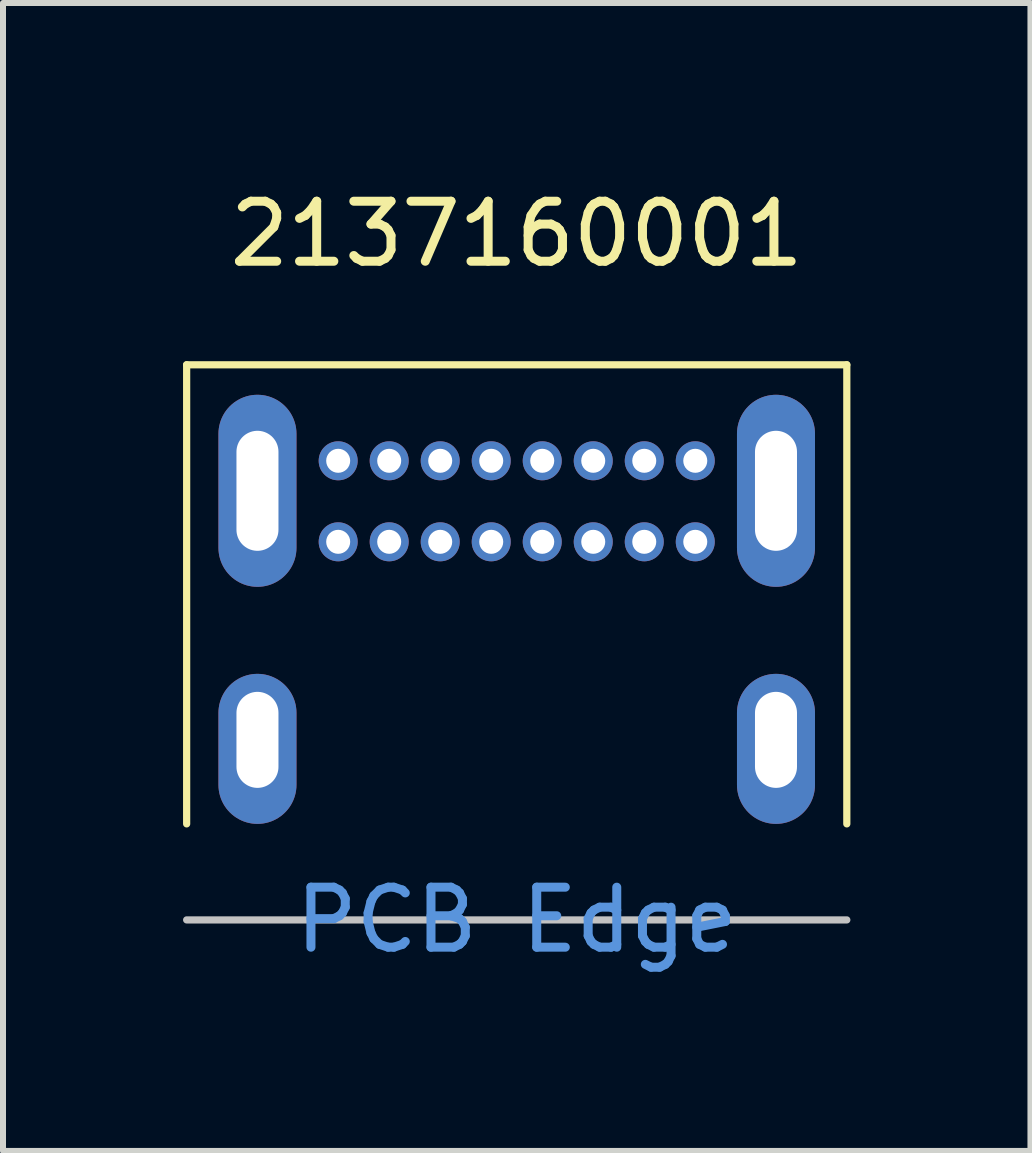
<source format=kicad_pcb>
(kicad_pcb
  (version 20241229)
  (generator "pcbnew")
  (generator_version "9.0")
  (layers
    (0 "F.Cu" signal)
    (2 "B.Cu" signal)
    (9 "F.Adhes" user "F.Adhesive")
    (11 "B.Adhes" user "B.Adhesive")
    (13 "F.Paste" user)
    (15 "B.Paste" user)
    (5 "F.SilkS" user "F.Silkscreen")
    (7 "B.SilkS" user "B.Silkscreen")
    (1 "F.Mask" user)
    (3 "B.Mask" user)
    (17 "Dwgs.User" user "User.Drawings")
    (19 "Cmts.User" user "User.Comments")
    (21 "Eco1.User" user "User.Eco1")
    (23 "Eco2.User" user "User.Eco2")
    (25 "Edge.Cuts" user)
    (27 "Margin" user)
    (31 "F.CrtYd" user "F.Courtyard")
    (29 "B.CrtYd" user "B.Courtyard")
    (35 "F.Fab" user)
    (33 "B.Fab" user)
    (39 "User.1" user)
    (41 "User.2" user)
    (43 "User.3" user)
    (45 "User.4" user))
  (footprint "2137160001"
    (layer "F.Cu")
    (at 5.56 12.278)
    (property "Reference" "2137160001" (at 0 -11.43 0) (layer "F.SilkS") (effects (font (size 1 1) (thickness 0.15))))
    (attr through_hole)
    (fp_line (start -5.5 -9.25) (end -5.5 -1.6) (stroke (width 0.12) (type solid)) (layer "F.SilkS"))
    (fp_line (start -5.5 -9.25) (end 5.5 -9.25) (stroke (width 0.12) (type solid)) (layer "F.SilkS"))
    (fp_line (start 5.5 -9.25) (end 5.5 -1.6) (stroke (width 0.12) (type solid)) (layer "F.SilkS"))
    (fp_line (start -5.5 0) (end 5.5 0) (stroke (width 0.12) (type solid)) (layer "Dwgs.User"))
    (fp_text user "PCB Edge" (at 0 0 0) (layer "Cmts.User") (effects (font (size 1 1) (thickness 0.15))))
    (pad "A1" thru_hole circle (at -2.975 -7.65) (size 0.65 0.65) (drill 0.4) (layers "*.Cu" "*.Mask" "F.Paste"))
    (pad "A4" thru_hole circle (at -2.125 -7.65) (size 0.65 0.65) (drill 0.4) (layers "*.Cu" "*.Mask" "F.Paste"))
    (pad "A5" thru_hole circle (at -1.275 -7.65) (size 0.65 0.65) (drill 0.4) (layers "*.Cu" "*.Mask" "F.Paste"))
    (pad "A6" thru_hole circle (at -0.425 -7.65) (size 0.65 0.65) (drill 0.4) (layers "*.Cu" "*.Mask" "F.Paste"))
    (pad "A7" thru_hole circle (at 0.425 -7.65) (size 0.65 0.65) (drill 0.4) (layers "*.Cu" "*.Mask" "F.Paste"))
    (pad "A8" thru_hole circle (at 1.275 -7.65) (size 0.65 0.65) (drill 0.4) (layers "*.Cu" "*.Mask" "F.Paste"))
    (pad "A9" thru_hole circle (at 2.125 -7.65) (size 0.65 0.65) (drill 0.4) (layers "*.Cu" "*.Mask" "F.Paste"))
    (pad "A12" thru_hole circle (at 2.975 -7.65) (size 0.65 0.65) (drill 0.4) (layers "*.Cu" "*.Mask" "F.Paste"))
    (pad "B1" thru_hole circle (at 2.975 -6.3) (size 0.65 0.65) (drill 0.4) (layers "*.Cu" "*.Mask" "F.Paste"))
    (pad "B4" thru_hole circle (at 2.125 -6.3) (size 0.65 0.65) (drill 0.4) (layers "*.Cu" "*.Mask" "F.Paste"))
    (pad "B5" thru_hole circle (at 1.275 -6.3) (size 0.65 0.65) (drill 0.4) (layers "*.Cu" "*.Mask" "F.Paste"))
    (pad "B6" thru_hole circle (at 0.425 -6.3) (size 0.65 0.65) (drill 0.4) (layers "*.Cu" "*.Mask" "F.Paste"))
    (pad "B7" thru_hole circle (at -0.425 -6.3) (size 0.65 0.65) (drill 0.4) (layers "*.Cu" "*.Mask" "F.Paste"))
    (pad "B8" thru_hole circle (at -1.275 -6.3) (size 0.65 0.65) (drill 0.4) (layers "*.Cu" "*.Mask" "F.Paste"))
    (pad "B9" thru_hole circle (at -2.125 -6.3) (size 0.65 0.65) (drill 0.4) (layers "*.Cu" "*.Mask" "F.Paste"))
    (pad "B12" thru_hole circle (at -2.975 -6.3) (size 0.65 0.65) (drill 0.4) (layers "*.Cu" "*.Mask" "F.Paste"))
    (pad "S1" thru_hole oval (at -4.32 -7.15) (size 1.3 3.2) (drill oval 0.7 2) (layers "*.Cu" "*.Mask" "F.Paste"))
    (pad "S1" thru_hole oval (at -4.32 -3) (size 1.3 2.5) (drill oval 0.7 1.6 (offset 0 0.15)) (layers "*.Cu" "*.Mask" "F.Paste"))
    (pad "S1" thru_hole oval (at 4.32 -7.15) (size 1.3 3.2) (drill oval 0.7 2) (layers "*.Cu" "*.Mask" "F.Paste"))
    (pad "S1" thru_hole oval (at 4.32 -3) (size 1.3 2.5) (drill oval 0.7 1.6 (offset 0 0.15)) (layers "*.Cu" "*.Mask" "F.Paste")))
  (gr_rect
    (start -3 -3)
    (end 14.12 16.127)
    (stroke (width 0.1) (type default))
    (fill no)
    (layer "Edge.Cuts")))
</source>
